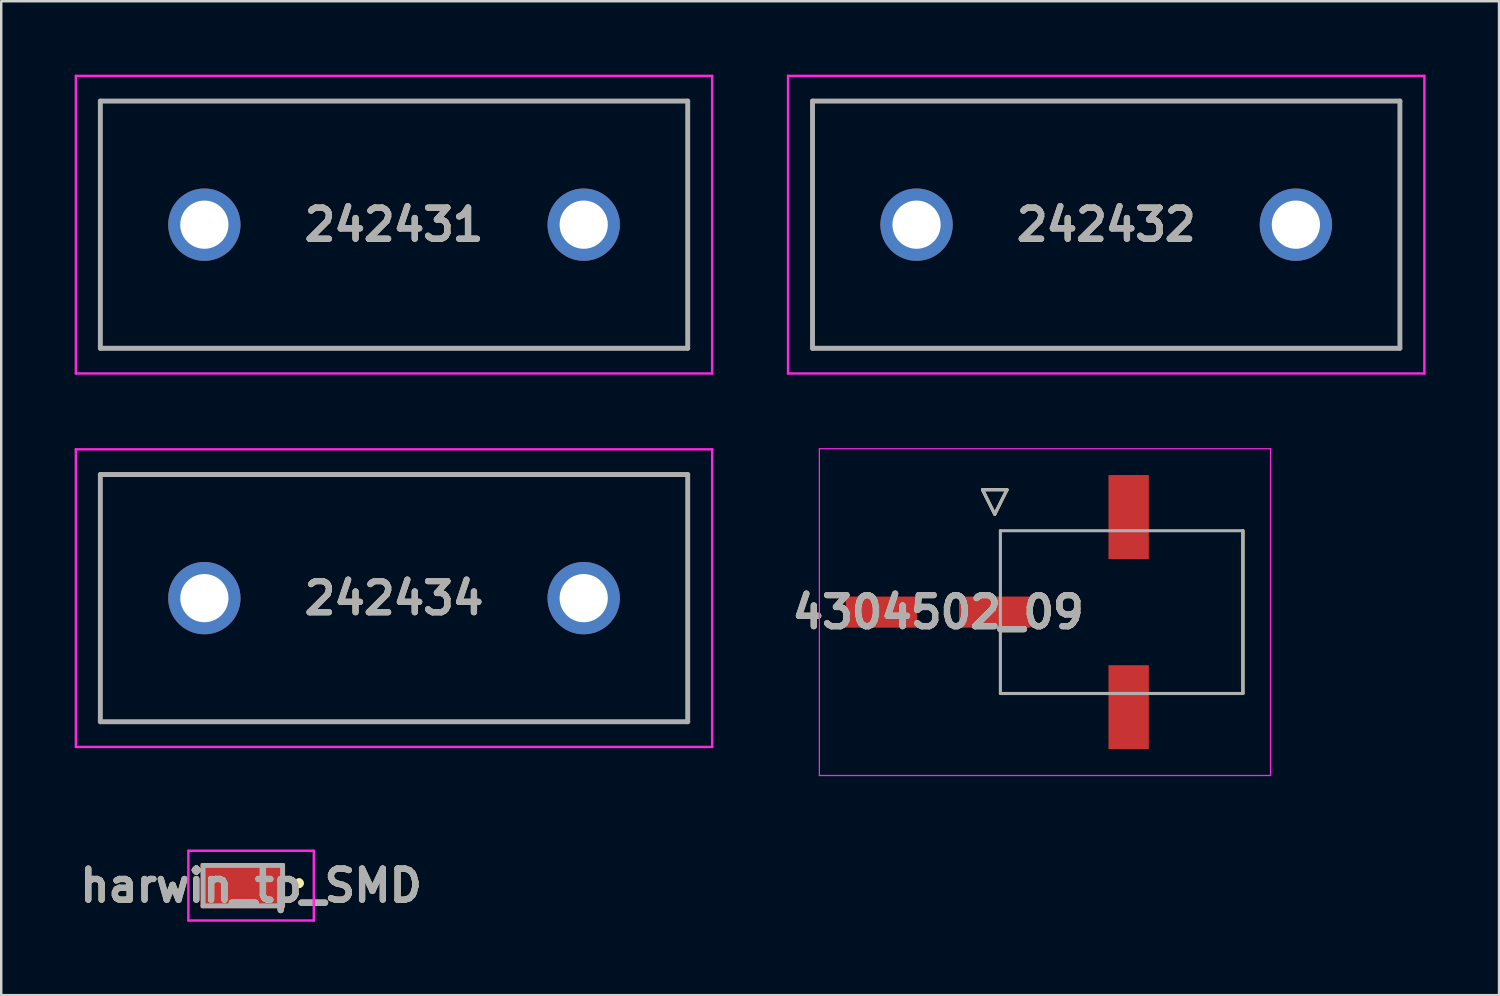
<source format=kicad_pcb>
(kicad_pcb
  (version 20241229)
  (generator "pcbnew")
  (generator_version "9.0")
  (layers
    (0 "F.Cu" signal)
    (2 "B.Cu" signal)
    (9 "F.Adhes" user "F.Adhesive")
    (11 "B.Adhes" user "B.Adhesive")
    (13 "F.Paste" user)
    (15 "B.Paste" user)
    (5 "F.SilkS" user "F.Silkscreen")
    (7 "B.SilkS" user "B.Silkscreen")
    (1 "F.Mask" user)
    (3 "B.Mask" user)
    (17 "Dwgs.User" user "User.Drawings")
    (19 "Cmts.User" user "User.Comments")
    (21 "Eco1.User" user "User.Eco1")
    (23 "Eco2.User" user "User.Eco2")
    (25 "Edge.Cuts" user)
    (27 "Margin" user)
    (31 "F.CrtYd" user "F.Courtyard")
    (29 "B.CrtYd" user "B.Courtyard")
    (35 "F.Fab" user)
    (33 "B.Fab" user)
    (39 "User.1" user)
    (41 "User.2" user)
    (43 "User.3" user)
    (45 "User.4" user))
  (footprint "242432"
    (layer "F.Cu")
    (at 34.4 6.13)
    (property "Reference" "242432" (at 7.75 0 0) (layer "F.SilkS") (effects (font (size 1.27 1.27) (thickness 0.254))))
    (attr through_hole)
    (fp_line (start -4.25 -5.08) (end 19.75 -5.08) (stroke (width 0.1) (type solid)) (layer "F.SilkS"))
    (fp_line (start -4.25 5.08) (end -4.25 -5.08) (stroke (width 0.1) (type solid)) (layer "F.SilkS"))
    (fp_line (start 19.75 -5.08) (end 19.75 5.08) (stroke (width 0.1) (type solid)) (layer "F.SilkS"))
    (fp_line (start 19.75 5.08) (end -4.25 5.08) (stroke (width 0.1) (type solid)) (layer "F.SilkS"))
    (fp_line (start -5.25 -6.08) (end 20.75 -6.08) (stroke (width 0.1) (type solid)) (layer "F.CrtYd"))
    (fp_line (start -5.25 6.08) (end -5.25 -6.08) (stroke (width 0.1) (type solid)) (layer "F.CrtYd"))
    (fp_line (start 20.75 -6.08) (end 20.75 6.08) (stroke (width 0.1) (type solid)) (layer "F.CrtYd"))
    (fp_line (start 20.75 6.08) (end -5.25 6.08) (stroke (width 0.1) (type solid)) (layer "F.CrtYd"))
    (fp_line (start -4.25 -5.05) (end 19.75 -5.05) (stroke (width 0.2) (type solid)) (layer "F.Fab"))
    (fp_line (start -4.25 5.05) (end -4.25 -5.05) (stroke (width 0.2) (type solid)) (layer "F.Fab"))
    (fp_line (start 19.75 -5.05) (end 19.75 5.05) (stroke (width 0.2) (type solid)) (layer "F.Fab"))
    (fp_line (start 19.75 5.05) (end -4.25 5.05) (stroke (width 0.2) (type solid)) (layer "F.Fab"))
    (fp_text user "${REFERENCE}" (at 7.75 0 0) (layer "F.Fab") (effects (font (size 1.27 1.27) (thickness 0.254))))
    (pad "1" thru_hole circle (at 0 0) (size 2.955 2.955) (drill 1.97) (layers "*.Cu" "*.Mask"))
    (pad "1" thru_hole circle (at 15.5 0) (size 2.955 2.955) (drill 1.97) (layers "*.Cu" "*.Mask")))
  (footprint "242434"
    (layer "F.Cu")
    (at 5.3 21.39)
    (property "Reference" "242434" (at 7.75 0 0) (layer "F.SilkS") (effects (font (size 1.27 1.27) (thickness 0.254))))
    (attr through_hole)
    (fp_line (start -4.25 -5.08) (end 19.75 -5.08) (stroke (width 0.1) (type solid)) (layer "F.SilkS"))
    (fp_line (start -4.25 5.08) (end -4.25 -5.08) (stroke (width 0.1) (type solid)) (layer "F.SilkS"))
    (fp_line (start 19.75 -5.08) (end 19.75 5.08) (stroke (width 0.1) (type solid)) (layer "F.SilkS"))
    (fp_line (start 19.75 5.08) (end -4.25 5.08) (stroke (width 0.1) (type solid)) (layer "F.SilkS"))
    (fp_line (start -5.25 -6.08) (end 20.75 -6.08) (stroke (width 0.1) (type solid)) (layer "F.CrtYd"))
    (fp_line (start -5.25 6.08) (end -5.25 -6.08) (stroke (width 0.1) (type solid)) (layer "F.CrtYd"))
    (fp_line (start 20.75 -6.08) (end 20.75 6.08) (stroke (width 0.1) (type solid)) (layer "F.CrtYd"))
    (fp_line (start 20.75 6.08) (end -5.25 6.08) (stroke (width 0.1) (type solid)) (layer "F.CrtYd"))
    (fp_line (start -4.25 -5.05) (end 19.75 -5.05) (stroke (width 0.2) (type solid)) (layer "F.Fab"))
    (fp_line (start -4.25 5.05) (end -4.25 -5.05) (stroke (width 0.2) (type solid)) (layer "F.Fab"))
    (fp_line (start 19.75 -5.05) (end 19.75 5.05) (stroke (width 0.2) (type solid)) (layer "F.Fab"))
    (fp_line (start 19.75 5.05) (end -4.25 5.05) (stroke (width 0.2) (type solid)) (layer "F.Fab"))
    (fp_text user "${REFERENCE}" (at 7.75 0 0) (layer "F.Fab") (effects (font (size 1.27 1.27) (thickness 0.254))))
    (pad "1" thru_hole circle (at 0 0) (size 2.955 2.955) (drill 1.97) (layers "*.Cu" "*.Mask"))
    (pad "1" thru_hole circle (at 15.5 0) (size 2.955 2.955) (drill 1.97) (layers "*.Cu" "*.Mask")))
  (footprint "4304502_09"
    (layer "F.Cu")
    (at 35.281 21.961)
    (property "Reference" "4304502_09" (at 0 0 0) (layer "F.SilkS") (effects (font (size 1.27 1.27) (thickness 0.254))))
    (attr smd)
    (fp_line (start 1.815 -5) (end 2.815 -5) (stroke (width 0.127) (type solid)) (layer "F.SilkS"))
    (fp_line (start 2.315 -4) (end 1.815 -5) (stroke (width 0.127) (type solid)) (layer "F.SilkS"))
    (fp_line (start 2.815 -5) (end 2.315 -4) (stroke (width 0.127) (type solid)) (layer "F.SilkS"))
    (fp_line (start 12.455 -3.325) (end 12.455 3.325) (stroke (width 0.127) (type solid)) (layer "F.SilkS"))
    (fp_line (start -4.851 -6.676) (end 13.582 -6.676) (stroke (width 0.05) (type solid)) (layer "F.CrtYd"))
    (fp_line (start -4.851 6.676) (end -4.851 -6.676) (stroke (width 0.05) (type solid)) (layer "F.CrtYd"))
    (fp_line (start 13.582 -6.676) (end 13.582 6.676) (stroke (width 0.05) (type solid)) (layer "F.CrtYd"))
    (fp_line (start 13.582 6.676) (end -4.851 6.676) (stroke (width 0.05) (type solid)) (layer "F.CrtYd"))
    (fp_line (start 1.815 -5) (end 2.815 -5) (stroke (width 0.127) (type solid)) (layer "F.Fab"))
    (fp_line (start 2.315 -4) (end 1.815 -5) (stroke (width 0.127) (type solid)) (layer "F.Fab"))
    (fp_line (start 2.545 -3.325) (end 12.455 -3.325) (stroke (width 0.127) (type solid)) (layer "F.Fab"))
    (fp_line (start 2.545 3.325) (end 2.545 -3.325) (stroke (width 0.127) (type solid)) (layer "F.Fab"))
    (fp_line (start 2.815 -5) (end 2.315 -4) (stroke (width 0.127) (type solid)) (layer "F.Fab"))
    (fp_line (start 12.455 -3.325) (end 12.455 3.325) (stroke (width 0.127) (type solid)) (layer "F.Fab"))
    (fp_line (start 12.455 3.325) (end 2.545 3.325) (stroke (width 0.127) (type solid)) (layer "F.Fab"))
    (fp_text user "${REFERENCE}" (at 0 0 0) (layer "F.Fab") (effects (font (size 1.27 1.27) (thickness 0.254))))
    (pad "" smd rect (at 7.785 -3.885) (size 1.65 3.43) (layers "F.Cu" "F.Mask" "F.Paste"))
    (pad "" smd rect (at 7.785 3.885) (size 1.65 3.43) (layers "F.Cu" "F.Mask" "F.Paste"))
    (pad "1" smd rect (at 2.315 0 90) (size 1.27 2.92) (layers "F.Cu" "F.Mask" "F.Paste"))
    (pad "2" smd rect (at -2.315 0 90) (size 1.27 2.92) (layers "F.Cu" "F.Mask" "F.Paste")))
  (footprint "242431"
    (layer "F.Cu")
    (at 5.3 6.13)
    (property "Reference" "242431" (at 7.75 0 0) (layer "F.SilkS") (effects (font (size 1.27 1.27) (thickness 0.254))))
    (attr through_hole)
    (fp_line (start -4.25 -5.08) (end 19.75 -5.08) (stroke (width 0.1) (type solid)) (layer "F.SilkS"))
    (fp_line (start -4.25 5.08) (end -4.25 -5.08) (stroke (width 0.1) (type solid)) (layer "F.SilkS"))
    (fp_line (start 19.75 -5.08) (end 19.75 5.08) (stroke (width 0.1) (type solid)) (layer "F.SilkS"))
    (fp_line (start 19.75 5.08) (end -4.25 5.08) (stroke (width 0.1) (type solid)) (layer "F.SilkS"))
    (fp_line (start -5.25 -6.08) (end 20.75 -6.08) (stroke (width 0.1) (type solid)) (layer "F.CrtYd"))
    (fp_line (start -5.25 6.08) (end -5.25 -6.08) (stroke (width 0.1) (type solid)) (layer "F.CrtYd"))
    (fp_line (start 20.75 -6.08) (end 20.75 6.08) (stroke (width 0.1) (type solid)) (layer "F.CrtYd"))
    (fp_line (start 20.75 6.08) (end -5.25 6.08) (stroke (width 0.1) (type solid)) (layer "F.CrtYd"))
    (fp_line (start -4.25 -5.05) (end 19.75 -5.05) (stroke (width 0.2) (type solid)) (layer "F.Fab"))
    (fp_line (start -4.25 5.05) (end -4.25 -5.05) (stroke (width 0.2) (type solid)) (layer "F.Fab"))
    (fp_line (start 19.75 -5.05) (end 19.75 5.05) (stroke (width 0.2) (type solid)) (layer "F.Fab"))
    (fp_line (start 19.75 5.05) (end -4.25 5.05) (stroke (width 0.2) (type solid)) (layer "F.Fab"))
    (fp_text user "${REFERENCE}" (at 7.75 0 0) (layer "F.Fab") (effects (font (size 1.27 1.27) (thickness 0.254))))
    (pad "1" thru_hole circle (at 0 0) (size 2.955 2.955) (drill 1.97) (layers "*.Cu" "*.Mask"))
    (pad "2" thru_hole circle (at 15.5 0) (size 2.955 2.955) (drill 1.97) (layers "*.Cu" "*.Mask")))
  (footprint "harwin_tp_SMD"
    (layer "F.Cu")
    (at 6.872 33.137)
    (property "Reference" "harwin_tp_SMD" (at 0.337 0 0) (layer "F.SilkS") (effects (font (size 1.27 1.27) (thickness 0.254))))
    (attr smd)
    (fp_line (start 2.3 -0.2) (end 2.3 -0.2) (stroke (width 0.2) (type solid)) (layer "F.SilkS"))
    (fp_line (start 2.3 0) (end 2.3 0) (stroke (width 0.2) (type solid)) (layer "F.SilkS"))
    (fp_arc (start 2.3 -0.2) (mid 2.4 -0.1) (end 2.3 0) (stroke (width 0.2) (type solid)) (layer "F.SilkS"))
    (fp_arc (start 2.3 0) (mid 2.2 -0.1) (end 2.3 -0.2) (stroke (width 0.2) (type solid)) (layer "F.SilkS"))
    (fp_line (start -2.225 -1.425) (end 2.9 -1.425) (stroke (width 0.1) (type solid)) (layer "F.CrtYd"))
    (fp_line (start -2.225 1.425) (end -2.225 -1.425) (stroke (width 0.1) (type solid)) (layer "F.CrtYd"))
    (fp_line (start 2.9 -1.425) (end 2.9 1.425) (stroke (width 0.1) (type solid)) (layer "F.CrtYd"))
    (fp_line (start 2.9 1.425) (end -2.225 1.425) (stroke (width 0.1) (type solid)) (layer "F.CrtYd"))
    (fp_line (start -1.625 -0.825) (end 1.625 -0.825) (stroke (width 0.2) (type solid)) (layer "F.Fab"))
    (fp_line (start -1.625 0.825) (end -1.625 -0.825) (stroke (width 0.2) (type solid)) (layer "F.Fab"))
    (fp_line (start 1.625 -0.825) (end 1.625 0.825) (stroke (width 0.2) (type solid)) (layer "F.Fab"))
    (fp_line (start 1.625 0.825) (end -1.625 0.825) (stroke (width 0.2) (type solid)) (layer "F.Fab"))
    (fp_text user "${REFERENCE}" (at 0.337 0 0) (layer "F.Fab") (effects (font (size 1.27 1.27) (thickness 0.254))))
    (pad "1" smd rect (at 0 0 90) (size 1.85 3.45) (layers "F.Cu" "F.Mask" "F.Paste")))
  (gr_rect
    (start -3 -3)
    (end 58.2 37.612)
    (stroke (width 0.1) (type default))
    (fill no)
    (layer "Edge.Cuts")))
</source>
